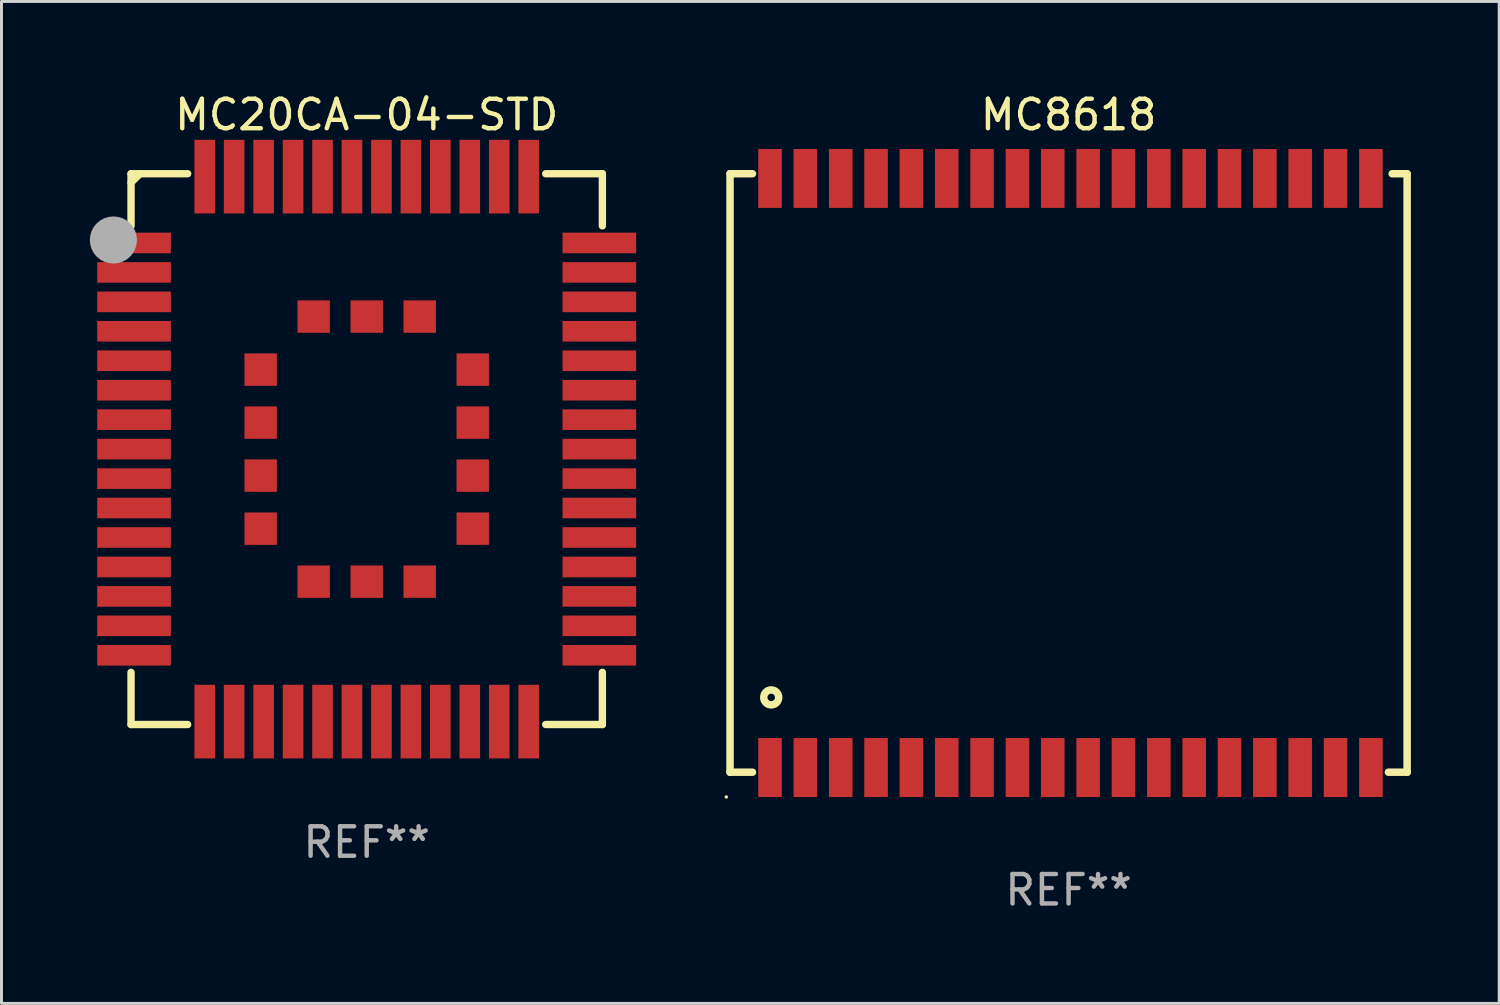
<source format=kicad_pcb>
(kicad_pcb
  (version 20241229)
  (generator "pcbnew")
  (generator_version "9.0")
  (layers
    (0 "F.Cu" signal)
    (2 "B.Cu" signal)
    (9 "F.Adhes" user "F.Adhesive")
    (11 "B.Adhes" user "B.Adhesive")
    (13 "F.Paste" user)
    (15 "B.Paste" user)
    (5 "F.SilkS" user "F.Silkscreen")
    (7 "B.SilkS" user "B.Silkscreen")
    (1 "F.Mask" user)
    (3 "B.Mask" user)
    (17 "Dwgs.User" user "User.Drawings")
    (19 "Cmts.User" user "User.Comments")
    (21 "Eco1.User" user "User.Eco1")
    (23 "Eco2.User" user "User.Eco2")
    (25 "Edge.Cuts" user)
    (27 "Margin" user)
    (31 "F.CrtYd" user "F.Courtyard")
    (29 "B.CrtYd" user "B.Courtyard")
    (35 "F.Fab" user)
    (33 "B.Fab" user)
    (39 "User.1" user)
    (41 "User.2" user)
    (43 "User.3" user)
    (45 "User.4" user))
  (footprint "MC8618"
    (layer "F.Cu")
    (at 33.23 13.008)
    (property "Reference" "MC8618" (at 0 -12.16 0) (layer "F.SilkS") (effects (font (size 1 1) (thickness 0.15))))
    (attr through_hole)
    (fp_line (start -11.494 -10.16) (end -11.494 10.16) (stroke (width 0.254) (type solid)) (layer "F.SilkS"))
    (fp_line (start -11.494 10.16) (end -10.732 10.16) (stroke (width 0.254) (type solid)) (layer "F.SilkS"))
    (fp_line (start -10.732 -10.16) (end -11.494 -10.16) (stroke (width 0.254) (type solid)) (layer "F.SilkS"))
    (fp_line (start 10.986 -10.16) (end 11.494 -10.16) (stroke (width 0.254) (type solid)) (layer "F.SilkS"))
    (fp_line (start 11.494 -10.16) (end 11.494 10.16) (stroke (width 0.254) (type solid)) (layer "F.SilkS"))
    (fp_line (start 11.494 10.16) (end 10.859 10.16) (stroke (width 0.254) (type solid)) (layer "F.SilkS"))
    (fp_circle (center -11.621 11) (end -11.591 11) (stroke (width 0.06) (type solid)) (fill no) (layer "F.SilkS"))
    (fp_circle (center -10.096 7.62) (end -9.842 7.62) (stroke (width 0.254) (type solid)) (fill no) (layer "F.SilkS"))
    (fp_text user "REF**" (at 0 14.16 0) (layer "F.Fab") (effects (font (size 1 1) (thickness 0.15))))
    (pad "1" smd rect (at -10.137 10) (size 0.8 2) (layers "F.Cu" "F.Mask" "F.Paste"))
    (pad "2" smd rect (at -8.937 10) (size 0.8 2) (layers "F.Cu" "F.Mask" "F.Paste"))
    (pad "3" smd rect (at -7.736 10) (size 0.8 2) (layers "F.Cu" "F.Mask" "F.Paste"))
    (pad "4" smd rect (at -6.537 10) (size 0.8 2) (layers "F.Cu" "F.Mask" "F.Paste"))
    (pad "5" smd rect (at -5.336 10) (size 0.8 2) (layers "F.Cu" "F.Mask" "F.Paste"))
    (pad "6" smd rect (at -4.137 10) (size 0.8 2) (layers "F.Cu" "F.Mask" "F.Paste"))
    (pad "7" smd rect (at -2.937 10) (size 0.8 2) (layers "F.Cu" "F.Mask" "F.Paste"))
    (pad "8" smd rect (at -1.736 10) (size 0.8 2) (layers "F.Cu" "F.Mask" "F.Paste"))
    (pad "9" smd rect (at -0.537 10) (size 0.8 2) (layers "F.Cu" "F.Mask" "F.Paste"))
    (pad "10" smd rect (at 0.664 10) (size 0.8 2) (layers "F.Cu" "F.Mask" "F.Paste"))
    (pad "11" smd rect (at 1.863 10) (size 0.8 2) (layers "F.Cu" "F.Mask" "F.Paste"))
    (pad "12" smd rect (at 3.064 10) (size 0.8 2) (layers "F.Cu" "F.Mask" "F.Paste"))
    (pad "13" smd rect (at 4.264 10) (size 0.8 2) (layers "F.Cu" "F.Mask" "F.Paste"))
    (pad "14" smd rect (at 5.463 10) (size 0.8 2) (layers "F.Cu" "F.Mask" "F.Paste"))
    (pad "15" smd rect (at 6.664 10) (size 0.8 2) (layers "F.Cu" "F.Mask" "F.Paste"))
    (pad "16" smd rect (at 7.863 10) (size 0.8 2) (layers "F.Cu" "F.Mask" "F.Paste"))
    (pad "17" smd rect (at 9.064 10) (size 0.8 2) (layers "F.Cu" "F.Mask" "F.Paste"))
    (pad "18" smd rect (at 10.264 10) (size 0.8 2) (layers "F.Cu" "F.Mask" "F.Paste"))
    (pad "19" smd rect (at 10.264 -10) (size 0.8 2) (layers "F.Cu" "F.Mask" "F.Paste"))
    (pad "20" smd rect (at 9.064 -10) (size 0.8 2) (layers "F.Cu" "F.Mask" "F.Paste"))
    (pad "21" smd rect (at 7.863 -10) (size 0.8 2) (layers "F.Cu" "F.Mask" "F.Paste"))
    (pad "22" smd rect (at 6.664 -10) (size 0.8 2) (layers "F.Cu" "F.Mask" "F.Paste"))
    (pad "23" smd rect (at 5.463 -10) (size 0.8 2) (layers "F.Cu" "F.Mask" "F.Paste"))
    (pad "24" smd rect (at 4.264 -10) (size 0.8 2) (layers "F.Cu" "F.Mask" "F.Paste"))
    (pad "25" smd rect (at 3.064 -10) (size 0.8 2) (layers "F.Cu" "F.Mask" "F.Paste"))
    (pad "26" smd rect (at 1.863 -10) (size 0.8 2) (layers "F.Cu" "F.Mask" "F.Paste"))
    (pad "27" smd rect (at 0.664 -10) (size 0.8 2) (layers "F.Cu" "F.Mask" "F.Paste"))
    (pad "28" smd rect (at -0.537 -10) (size 0.8 2) (layers "F.Cu" "F.Mask" "F.Paste"))
    (pad "29" smd rect (at -1.736 -10) (size 0.8 2) (layers "F.Cu" "F.Mask" "F.Paste"))
    (pad "30" smd rect (at -2.937 -10) (size 0.8 2) (layers "F.Cu" "F.Mask" "F.Paste"))
    (pad "31" smd rect (at -4.137 -10) (size 0.8 2) (layers "F.Cu" "F.Mask" "F.Paste"))
    (pad "32" smd rect (at -5.336 -10) (size 0.8 2) (layers "F.Cu" "F.Mask" "F.Paste"))
    (pad "33" smd rect (at -6.537 -10) (size 0.8 2) (layers "F.Cu" "F.Mask" "F.Paste"))
    (pad "34" smd rect (at -7.736 -10) (size 0.8 2) (layers "F.Cu" "F.Mask" "F.Paste"))
    (pad "35" smd rect (at -8.937 -10) (size 0.8 2) (layers "F.Cu" "F.Mask" "F.Paste"))
    (pad "36" smd rect (at -10.137 -10) (size 0.8 2) (layers "F.Cu" "F.Mask" "F.Paste")))
  (footprint "MC20CA-04-STD"
    (layer "F.Cu")
    (at 9.4 12.198)
    (property "Reference" "MC20CA-04-STD" (at 0 -11.35 0) (layer "F.SilkS") (effects (font (size 1 1) (thickness 0.15))))
    (attr through_hole)
    (fp_line (start -8.001 -9.35) (end -6.078 -9.35) (stroke (width 0.25) (type solid)) (layer "F.SilkS"))
    (fp_line (start -8.001 -9.251) (end -7.899 -9.35) (stroke (width 0.013) (type solid)) (layer "F.SilkS"))
    (fp_line (start -8.001 -9.149) (end -7.8 -9.35) (stroke (width 0.013) (type solid)) (layer "F.SilkS"))
    (fp_line (start -8.001 -9.05) (end -7.699 -9.35) (stroke (width 0.25) (type solid)) (layer "F.SilkS"))
    (fp_line (start -8.001 -7.579) (end -8.001 -9.35) (stroke (width 0.25) (type solid)) (layer "F.SilkS"))
    (fp_line (start -8.001 9.35) (end -8.001 7.579) (stroke (width 0.25) (type solid)) (layer "F.SilkS"))
    (fp_line (start -6.078 9.35) (end -8.001 9.35) (stroke (width 0.25) (type solid)) (layer "F.SilkS"))
    (fp_line (start 6.078 -9.35) (end 8.001 -9.35) (stroke (width 0.25) (type solid)) (layer "F.SilkS"))
    (fp_line (start 8.001 -9.35) (end 8.001 -7.579) (stroke (width 0.25) (type solid)) (layer "F.SilkS"))
    (fp_line (start 8.001 7.579) (end 8.001 9.35) (stroke (width 0.25) (type solid)) (layer "F.SilkS"))
    (fp_line (start 8.001 9.35) (end 6.078 9.35) (stroke (width 0.25) (type solid)) (layer "F.SilkS"))
    (fp_circle (center -8 -9.25) (end -7.97 -9.25) (stroke (width 0.06) (type solid)) (fill no) (layer "F.SilkS"))
    (fp_circle (center -8.6 -7.1) (end -8.2 -7.1) (stroke (width 0.8) (type solid)) (fill no) (layer "F.Fab"))
    (fp_text user "REF**" (at 0 13.35 0) (layer "F.Fab") (effects (font (size 1 1) (thickness 0.15))))
    (pad "1" smd rect (at -7.899 -7) (size 2.5 0.7) (layers "F.Cu" "F.Mask" "F.Paste"))
    (pad "2" smd rect (at -7.899 -5.999) (size 2.5 0.7) (layers "F.Cu" "F.Mask" "F.Paste"))
    (pad "3" smd rect (at -7.899 -4.999) (size 2.5 0.7) (layers "F.Cu" "F.Mask" "F.Paste"))
    (pad "4" smd rect (at -7.899 -4.001) (size 2.5 0.7) (layers "F.Cu" "F.Mask" "F.Paste"))
    (pad "5" smd rect (at -7.899 -3) (size 2.5 0.7) (layers "F.Cu" "F.Mask" "F.Paste"))
    (pad "6" smd rect (at -7.899 -1.999) (size 2.5 0.7) (layers "F.Cu" "F.Mask" "F.Paste"))
    (pad "7" smd rect (at -7.899 -1.001) (size 2.5 0.7) (layers "F.Cu" "F.Mask" "F.Paste"))
    (pad "8" smd rect (at -7.899 0) (size 2.5 0.7) (layers "F.Cu" "F.Mask" "F.Paste"))
    (pad "9" smd rect (at -7.899 1.001) (size 2.5 0.7) (layers "F.Cu" "F.Mask" "F.Paste"))
    (pad "10" smd rect (at -7.899 1.999) (size 2.5 0.7) (layers "F.Cu" "F.Mask" "F.Paste"))
    (pad "11" smd rect (at -7.899 3) (size 2.5 0.7) (layers "F.Cu" "F.Mask" "F.Paste"))
    (pad "12" smd rect (at -7.899 4.001) (size 2.5 0.7) (layers "F.Cu" "F.Mask" "F.Paste"))
    (pad "13" smd rect (at -7.899 5.001) (size 2.5 0.7) (layers "F.Cu" "F.Mask" "F.Paste"))
    (pad "14" smd rect (at -7.899 5.999) (size 2.5 0.7) (layers "F.Cu" "F.Mask" "F.Paste"))
    (pad "15" smd rect (at -7.899 7) (size 2.5 0.7) (layers "F.Cu" "F.Mask" "F.Paste"))
    (pad "16" smd rect (at -5.499 9.251 90) (size 2.5 0.7) (layers "F.Cu" "F.Mask" "F.Paste"))
    (pad "17" smd rect (at -4.501 9.251 90) (size 2.5 0.7) (layers "F.Cu" "F.Mask" "F.Paste"))
    (pad "18" smd rect (at -3.5 9.251 90) (size 2.5 0.7) (layers "F.Cu" "F.Mask" "F.Paste"))
    (pad "19" smd rect (at -2.499 9.251 90) (size 2.5 0.7) (layers "F.Cu" "F.Mask" "F.Paste"))
    (pad "20" smd rect (at -1.499 9.251 90) (size 2.5 0.7) (layers "F.Cu" "F.Mask" "F.Paste"))
    (pad "21" smd rect (at -0.5 9.251 90) (size 2.5 0.7) (layers "F.Cu" "F.Mask" "F.Paste"))
    (pad "22" smd rect (at 0.5 9.251 90) (size 2.5 0.7) (layers "F.Cu" "F.Mask" "F.Paste"))
    (pad "23" smd rect (at 1.501 9.251 90) (size 2.5 0.7) (layers "F.Cu" "F.Mask" "F.Paste"))
    (pad "24" smd rect (at 2.499 9.251 90) (size 2.5 0.7) (layers "F.Cu" "F.Mask" "F.Paste"))
    (pad "25" smd rect (at 3.5 9.251 90) (size 2.5 0.7) (layers "F.Cu" "F.Mask" "F.Paste"))
    (pad "26" smd rect (at 4.501 9.251 90) (size 2.5 0.7) (layers "F.Cu" "F.Mask" "F.Paste"))
    (pad "27" smd rect (at 5.499 9.251 90) (size 2.5 0.7) (layers "F.Cu" "F.Mask" "F.Paste"))
    (pad "28" smd rect (at 7.899 7) (size 2.5 0.7) (layers "F.Cu" "F.Mask" "F.Paste"))
    (pad "29" smd rect (at 7.899 5.999) (size 2.5 0.7) (layers "F.Cu" "F.Mask" "F.Paste"))
    (pad "30" smd rect (at 7.899 5.001) (size 2.5 0.7) (layers "F.Cu" "F.Mask" "F.Paste"))
    (pad "31" smd rect (at 7.899 4.001) (size 2.5 0.7) (layers "F.Cu" "F.Mask" "F.Paste"))
    (pad "32" smd rect (at 7.899 3) (size 2.5 0.7) (layers "F.Cu" "F.Mask" "F.Paste"))
    (pad "33" smd rect (at 7.899 1.999) (size 2.5 0.7) (layers "F.Cu" "F.Mask" "F.Paste"))
    (pad "34" smd rect (at 7.899 1.001) (size 2.5 0.7) (layers "F.Cu" "F.Mask" "F.Paste"))
    (pad "35" smd rect (at 7.899 0) (size 2.5 0.7) (layers "F.Cu" "F.Mask" "F.Paste"))
    (pad "36" smd rect (at 7.899 -1.001) (size 2.5 0.7) (layers "F.Cu" "F.Mask" "F.Paste"))
    (pad "37" smd rect (at 7.899 -1.999) (size 2.5 0.7) (layers "F.Cu" "F.Mask" "F.Paste"))
    (pad "38" smd rect (at 7.899 -3) (size 2.5 0.7) (layers "F.Cu" "F.Mask" "F.Paste"))
    (pad "39" smd rect (at 7.899 -4.001) (size 2.5 0.7) (layers "F.Cu" "F.Mask" "F.Paste"))
    (pad "40" smd rect (at 7.899 -4.999) (size 2.5 0.7) (layers "F.Cu" "F.Mask" "F.Paste"))
    (pad "41" smd rect (at 7.899 -5.999) (size 2.5 0.7) (layers "F.Cu" "F.Mask" "F.Paste"))
    (pad "42" smd rect (at 7.899 -7) (size 2.5 0.7) (layers "F.Cu" "F.Mask" "F.Paste"))
    (pad "43" smd rect (at 5.499 -9.251 90) (size 2.5 0.7) (layers "F.Cu" "F.Mask" "F.Paste"))
    (pad "44" smd rect (at 4.501 -9.251 90) (size 2.5 0.7) (layers "F.Cu" "F.Mask" "F.Paste"))
    (pad "45" smd rect (at 3.5 -9.251 90) (size 2.5 0.7) (layers "F.Cu" "F.Mask" "F.Paste"))
    (pad "46" smd rect (at 2.499 -9.251 90) (size 2.5 0.7) (layers "F.Cu" "F.Mask" "F.Paste"))
    (pad "47" smd rect (at 1.501 -9.251 90) (size 2.5 0.7) (layers "F.Cu" "F.Mask" "F.Paste"))
    (pad "48" smd rect (at 0.5 -9.251 90) (size 2.5 0.7) (layers "F.Cu" "F.Mask" "F.Paste"))
    (pad "49" smd rect (at -0.5 -9.251 90) (size 2.5 0.7) (layers "F.Cu" "F.Mask" "F.Paste"))
    (pad "50" smd rect (at -1.499 -9.251 90) (size 2.5 0.7) (layers "F.Cu" "F.Mask" "F.Paste"))
    (pad "51" smd rect (at -2.499 -9.251 90) (size 2.5 0.7) (layers "F.Cu" "F.Mask" "F.Paste"))
    (pad "52" smd rect (at -3.5 -9.251 90) (size 2.5 0.7) (layers "F.Cu" "F.Mask" "F.Paste"))
    (pad "53" smd rect (at -4.501 -9.251 90) (size 2.5 0.7) (layers "F.Cu" "F.Mask" "F.Paste"))
    (pad "54" smd rect (at -5.499 -9.251 90) (size 2.5 0.7) (layers "F.Cu" "F.Mask" "F.Paste"))
    (pad "55" smd rect (at -3.6 -2.699) (size 1.1 1.1) (layers "F.Cu" "F.Mask" "F.Paste"))
    (pad "56" smd rect (at -3.6 -0.9) (size 1.1 1.1) (layers "F.Cu" "F.Mask" "F.Paste"))
    (pad "57" smd rect (at -3.6 0.9) (size 1.1 1.1) (layers "F.Cu" "F.Mask" "F.Paste"))
    (pad "58" smd rect (at -3.6 2.701) (size 1.1 1.1) (layers "F.Cu" "F.Mask" "F.Paste"))
    (pad "59" smd rect (at -1.8 4.5) (size 1.1 1.1) (layers "F.Cu" "F.Mask" "F.Paste"))
    (pad "60" smd rect (at 0.001 4.5) (size 1.1 1.1) (layers "F.Cu" "F.Mask" "F.Paste"))
    (pad "61" smd rect (at 1.8 4.5) (size 1.1 1.1) (layers "F.Cu" "F.Mask" "F.Paste"))
    (pad "62" smd rect (at 3.6 2.701) (size 1.1 1.1) (layers "F.Cu" "F.Mask" "F.Paste"))
    (pad "63" smd rect (at 3.6 0.9) (size 1.1 1.1) (layers "F.Cu" "F.Mask" "F.Paste"))
    (pad "64" smd rect (at 3.6 -0.9) (size 1.1 1.1) (layers "F.Cu" "F.Mask" "F.Paste"))
    (pad "65" smd rect (at 3.6 -2.699) (size 1.1 1.1) (layers "F.Cu" "F.Mask" "F.Paste"))
    (pad "66" smd rect (at 1.8 -4.5) (size 1.1 1.1) (layers "F.Cu" "F.Mask" "F.Paste"))
    (pad "67" smd rect (at 0.001 -4.5) (size 1.1 1.1) (layers "F.Cu" "F.Mask" "F.Paste"))
    (pad "68" smd rect (at -1.8 -4.5) (size 1.1 1.1) (layers "F.Cu" "F.Mask" "F.Paste")))
  (gr_rect
    (start -3 -3)
    (end 47.85 31.017)
    (stroke (width 0.1) (type default))
    (fill no)
    (layer "Edge.Cuts")))
</source>
